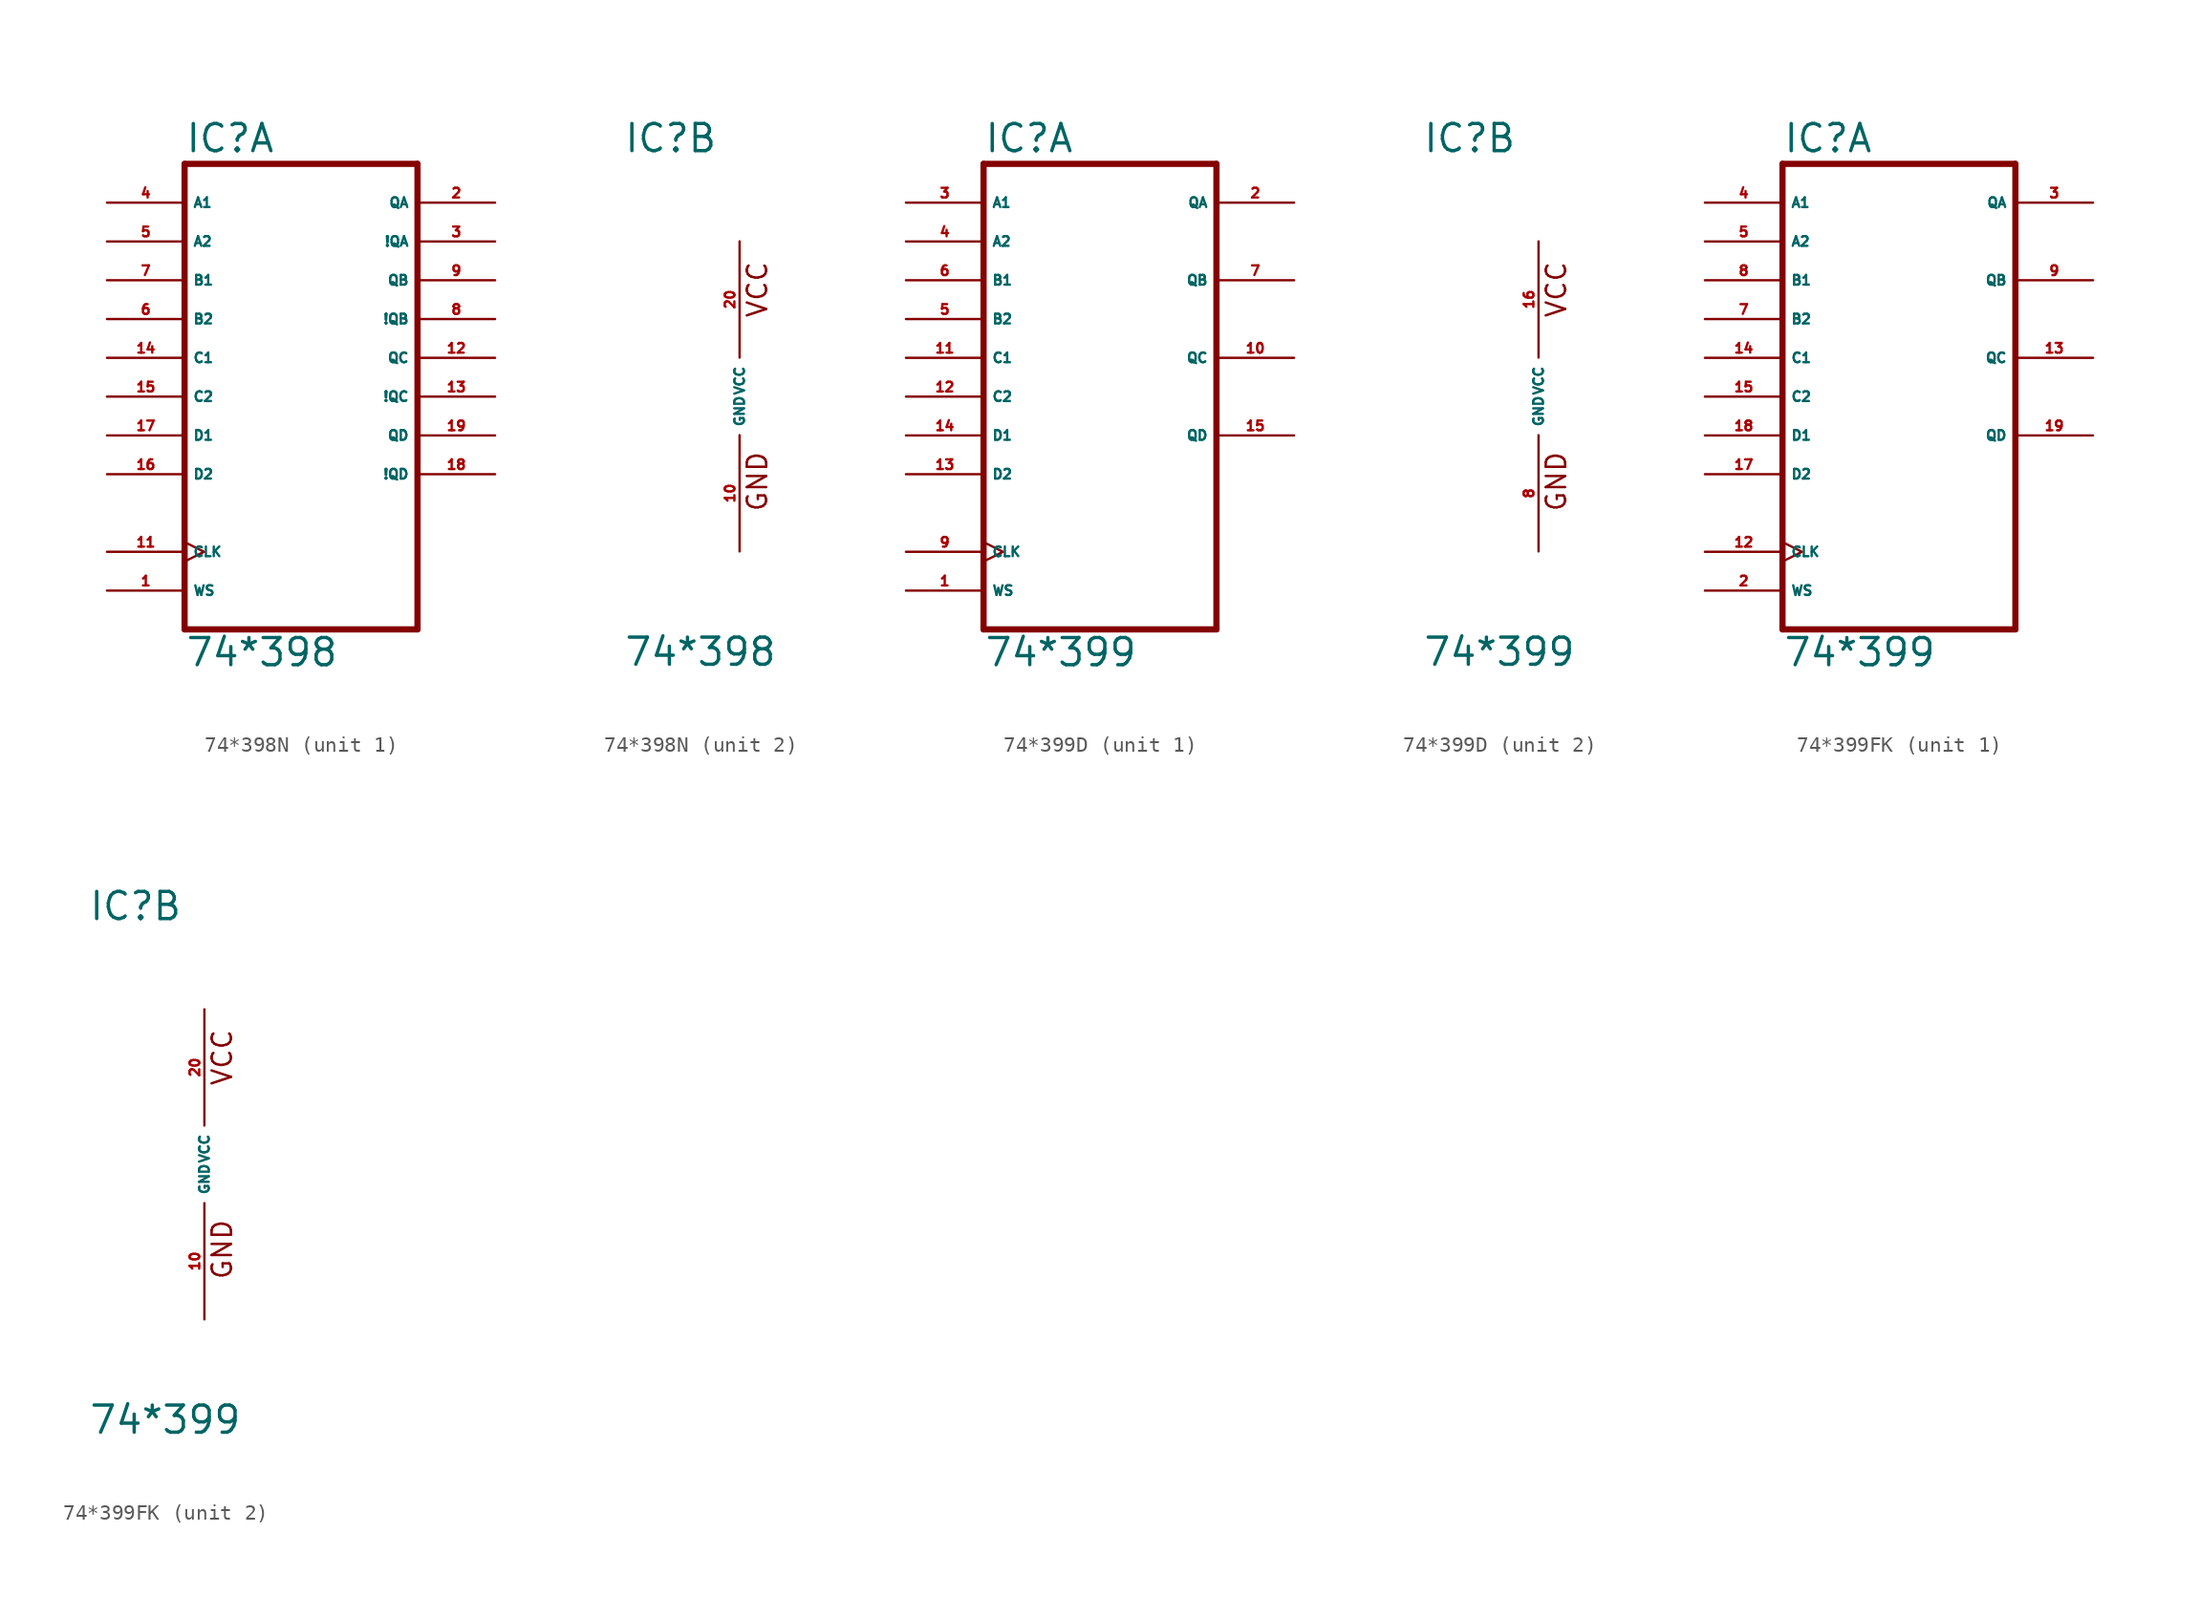
<source format=kicad_sym>
(kicad_symbol_lib
  (version 20220914)
  (generator Eagle2Kicad)
  (symbol "74*398N"
    (property "Reference" "IC"
      (at -7.62 15.875 0)
      (effects (font (size 1.778 1.778) (thickness 0.22)) (justify left bottom)))
    (property "Value" "74*398"
      (at -7.62 -17.78 0)
      (effects (font (size 1.778 1.778) (thickness 0.22)) (justify left bottom)))
    (symbol "74*398N_1_0"
      (polyline (pts (xy -7.62 -15.24) (xy 7.62 -15.24)) (stroke (width 0.406) (type default)) (fill (type none)))
      (polyline (pts (xy 7.62 -15.24) (xy 7.62 15.24)) (stroke (width 0.406) (type default)) (fill (type none)))
      (polyline (pts (xy 7.62 15.24) (xy -7.62 15.24)) (stroke (width 0.406) (type default)) (fill (type none)))
      (polyline (pts (xy -7.62 15.24) (xy -7.62 -15.24)) (stroke (width 0.406) (type default)) (fill (type none)))
      (pin input line (at -12.7 -12.7 0) (length 5.08) (name "WS" (effects (font (size 0.635 0.635) (thickness 0.08)) (justify left bottom))) (number "1" (effects (font (size 0.635 0.635) (thickness 0.08)) (justify left bottom))))
      (pin output line (at 12.7 12.7 180) (length 5.08) (name "QA" (effects (font (size 0.635 0.635) (thickness 0.08)) (justify left bottom))) (number "2" (effects (font (size 0.635 0.635) (thickness 0.08)) (justify left bottom))))
      (pin output line (at 12.7 10.16 180) (length 5.08) (name "!QA" (effects (font (size 0.635 0.635) (thickness 0.08)) (justify left bottom))) (number "3" (effects (font (size 0.635 0.635) (thickness 0.08)) (justify left bottom))))
      (pin input line (at -12.7 12.7 0) (length 5.08) (name "A1" (effects (font (size 0.635 0.635) (thickness 0.08)) (justify left bottom))) (number "4" (effects (font (size 0.635 0.635) (thickness 0.08)) (justify left bottom))))
      (pin input line (at -12.7 10.16 0) (length 5.08) (name "A2" (effects (font (size 0.635 0.635) (thickness 0.08)) (justify left bottom))) (number "5" (effects (font (size 0.635 0.635) (thickness 0.08)) (justify left bottom))))
      (pin input line (at -12.7 5.08 0) (length 5.08) (name "B2" (effects (font (size 0.635 0.635) (thickness 0.08)) (justify left bottom))) (number "6" (effects (font (size 0.635 0.635) (thickness 0.08)) (justify left bottom))))
      (pin input line (at -12.7 7.62 0) (length 5.08) (name "B1" (effects (font (size 0.635 0.635) (thickness 0.08)) (justify left bottom))) (number "7" (effects (font (size 0.635 0.635) (thickness 0.08)) (justify left bottom))))
      (pin output line (at 12.7 5.08 180) (length 5.08) (name "!QB" (effects (font (size 0.635 0.635) (thickness 0.08)) (justify left bottom))) (number "8" (effects (font (size 0.635 0.635) (thickness 0.08)) (justify left bottom))))
      (pin output line (at 12.7 7.62 180) (length 5.08) (name "QB" (effects (font (size 0.635 0.635) (thickness 0.08)) (justify left bottom))) (number "9" (effects (font (size 0.635 0.635) (thickness 0.08)) (justify left bottom))))
      (pin input clock (at -12.7 -10.16 0) (length 5.08) (name "CLK" (effects (font (size 0.635 0.635) (thickness 0.08)) (justify left bottom))) (number "11" (effects (font (size 0.635 0.635) (thickness 0.08)) (justify left bottom))))
      (pin output line (at 12.7 2.54 180) (length 5.08) (name "QC" (effects (font (size 0.635 0.635) (thickness 0.08)) (justify left bottom))) (number "12" (effects (font (size 0.635 0.635) (thickness 0.08)) (justify left bottom))))
      (pin output line (at 12.7 0 180) (length 5.08) (name "!QC" (effects (font (size 0.635 0.635) (thickness 0.08)) (justify left bottom))) (number "13" (effects (font (size 0.635 0.635) (thickness 0.08)) (justify left bottom))))
      (pin input line (at -12.7 2.54 0) (length 5.08) (name "C1" (effects (font (size 0.635 0.635) (thickness 0.08)) (justify left bottom))) (number "14" (effects (font (size 0.635 0.635) (thickness 0.08)) (justify left bottom))))
      (pin input line (at -12.7 0 0) (length 5.08) (name "C2" (effects (font (size 0.635 0.635) (thickness 0.08)) (justify left bottom))) (number "15" (effects (font (size 0.635 0.635) (thickness 0.08)) (justify left bottom))))
      (pin input line (at -12.7 -5.08 0) (length 5.08) (name "D2" (effects (font (size 0.635 0.635) (thickness 0.08)) (justify left bottom))) (number "16" (effects (font (size 0.635 0.635) (thickness 0.08)) (justify left bottom))))
      (pin input line (at -12.7 -2.54 0) (length 5.08) (name "D1" (effects (font (size 0.635 0.635) (thickness 0.08)) (justify left bottom))) (number "17" (effects (font (size 0.635 0.635) (thickness 0.08)) (justify left bottom))))
      (pin output line (at 12.7 -5.08 180) (length 5.08) (name "!QD" (effects (font (size 0.635 0.635) (thickness 0.08)) (justify left bottom))) (number "18" (effects (font (size 0.635 0.635) (thickness 0.08)) (justify left bottom))))
      (pin output line (at 12.7 -2.54 180) (length 5.08) (name "QD" (effects (font (size 0.635 0.635) (thickness 0.08)) (justify left bottom))) (number "19" (effects (font (size 0.635 0.635) (thickness 0.08)) (justify left bottom)))))
    (symbol "74*398N_2_0"
      (text "GND" (at 1.905 -7.62 900) (effects (font (size 1.27 1.27) (thickness 0.16)) (justify left bottom)))
      (text "VCC" (at 1.905 5.08 900) (effects (font (size 1.27 1.27) (thickness 0.16)) (justify left bottom)))
      (pin unspecified line (at 0 -10.16 90) (length 7.62) (name "GND" (effects (font (size 0.635 0.635) (thickness 0.08)) (justify left bottom))) (number "10" (effects (font (size 0.635 0.635) (thickness 0.08)) (justify left bottom))))
      (pin unspecified line (at 0 10.16 270) (length 7.62) (name "VCC" (effects (font (size 0.635 0.635) (thickness 0.08)) (justify left bottom))) (number "20" (effects (font (size 0.635 0.635) (thickness 0.08)) (justify left bottom))))))
  (symbol "74*399D"
    (property "Reference" "IC"
      (at -7.62 15.875 0)
      (effects (font (size 1.778 1.778) (thickness 0.22)) (justify left bottom)))
    (property "Value" "74*399"
      (at -7.62 -17.78 0)
      (effects (font (size 1.778 1.778) (thickness 0.22)) (justify left bottom)))
    (symbol "74*399D_1_0"
      (polyline (pts (xy -7.62 -15.24) (xy 7.62 -15.24)) (stroke (width 0.406) (type default)) (fill (type none)))
      (polyline (pts (xy 7.62 -15.24) (xy 7.62 15.24)) (stroke (width 0.406) (type default)) (fill (type none)))
      (polyline (pts (xy 7.62 15.24) (xy -7.62 15.24)) (stroke (width 0.406) (type default)) (fill (type none)))
      (polyline (pts (xy -7.62 15.24) (xy -7.62 -15.24)) (stroke (width 0.406) (type default)) (fill (type none)))
      (pin input line (at -12.7 -12.7 0) (length 5.08) (name "WS" (effects (font (size 0.635 0.635) (thickness 0.08)) (justify left bottom))) (number "1" (effects (font (size 0.635 0.635) (thickness 0.08)) (justify left bottom))))
      (pin output line (at 12.7 12.7 180) (length 5.08) (name "QA" (effects (font (size 0.635 0.635) (thickness 0.08)) (justify left bottom))) (number "2" (effects (font (size 0.635 0.635) (thickness 0.08)) (justify left bottom))))
      (pin input line (at -12.7 12.7 0) (length 5.08) (name "A1" (effects (font (size 0.635 0.635) (thickness 0.08)) (justify left bottom))) (number "3" (effects (font (size 0.635 0.635) (thickness 0.08)) (justify left bottom))))
      (pin input line (at -12.7 10.16 0) (length 5.08) (name "A2" (effects (font (size 0.635 0.635) (thickness 0.08)) (justify left bottom))) (number "4" (effects (font (size 0.635 0.635) (thickness 0.08)) (justify left bottom))))
      (pin input line (at -12.7 5.08 0) (length 5.08) (name "B2" (effects (font (size 0.635 0.635) (thickness 0.08)) (justify left bottom))) (number "5" (effects (font (size 0.635 0.635) (thickness 0.08)) (justify left bottom))))
      (pin input line (at -12.7 7.62 0) (length 5.08) (name "B1" (effects (font (size 0.635 0.635) (thickness 0.08)) (justify left bottom))) (number "6" (effects (font (size 0.635 0.635) (thickness 0.08)) (justify left bottom))))
      (pin output line (at 12.7 7.62 180) (length 5.08) (name "QB" (effects (font (size 0.635 0.635) (thickness 0.08)) (justify left bottom))) (number "7" (effects (font (size 0.635 0.635) (thickness 0.08)) (justify left bottom))))
      (pin input clock (at -12.7 -10.16 0) (length 5.08) (name "CLK" (effects (font (size 0.635 0.635) (thickness 0.08)) (justify left bottom))) (number "9" (effects (font (size 0.635 0.635) (thickness 0.08)) (justify left bottom))))
      (pin output line (at 12.7 2.54 180) (length 5.08) (name "QC" (effects (font (size 0.635 0.635) (thickness 0.08)) (justify left bottom))) (number "10" (effects (font (size 0.635 0.635) (thickness 0.08)) (justify left bottom))))
      (pin input line (at -12.7 2.54 0) (length 5.08) (name "C1" (effects (font (size 0.635 0.635) (thickness 0.08)) (justify left bottom))) (number "11" (effects (font (size 0.635 0.635) (thickness 0.08)) (justify left bottom))))
      (pin input line (at -12.7 0 0) (length 5.08) (name "C2" (effects (font (size 0.635 0.635) (thickness 0.08)) (justify left bottom))) (number "12" (effects (font (size 0.635 0.635) (thickness 0.08)) (justify left bottom))))
      (pin input line (at -12.7 -5.08 0) (length 5.08) (name "D2" (effects (font (size 0.635 0.635) (thickness 0.08)) (justify left bottom))) (number "13" (effects (font (size 0.635 0.635) (thickness 0.08)) (justify left bottom))))
      (pin input line (at -12.7 -2.54 0) (length 5.08) (name "D1" (effects (font (size 0.635 0.635) (thickness 0.08)) (justify left bottom))) (number "14" (effects (font (size 0.635 0.635) (thickness 0.08)) (justify left bottom))))
      (pin output line (at 12.7 -2.54 180) (length 5.08) (name "QD" (effects (font (size 0.635 0.635) (thickness 0.08)) (justify left bottom))) (number "15" (effects (font (size 0.635 0.635) (thickness 0.08)) (justify left bottom)))))
    (symbol "74*399D_2_0"
      (text "GND" (at 1.905 -7.62 900) (effects (font (size 1.27 1.27) (thickness 0.16)) (justify left bottom)))
      (text "VCC" (at 1.905 5.08 900) (effects (font (size 1.27 1.27) (thickness 0.16)) (justify left bottom)))
      (pin unspecified line (at 0 -10.16 90) (length 7.62) (name "GND" (effects (font (size 0.635 0.635) (thickness 0.08)) (justify left bottom))) (number "8" (effects (font (size 0.635 0.635) (thickness 0.08)) (justify left bottom))))
      (pin unspecified line (at 0 10.16 270) (length 7.62) (name "VCC" (effects (font (size 0.635 0.635) (thickness 0.08)) (justify left bottom))) (number "16" (effects (font (size 0.635 0.635) (thickness 0.08)) (justify left bottom))))))
  (symbol "74*399FK"
    (property "Reference" "IC"
      (at -7.62 15.875 0)
      (effects (font (size 1.778 1.778) (thickness 0.22)) (justify left bottom)))
    (property "Value" "74*399"
      (at -7.62 -17.78 0)
      (effects (font (size 1.778 1.778) (thickness 0.22)) (justify left bottom)))
    (symbol "74*399FK_1_0"
      (polyline (pts (xy -7.62 -15.24) (xy 7.62 -15.24)) (stroke (width 0.406) (type default)) (fill (type none)))
      (polyline (pts (xy 7.62 -15.24) (xy 7.62 15.24)) (stroke (width 0.406) (type default)) (fill (type none)))
      (polyline (pts (xy 7.62 15.24) (xy -7.62 15.24)) (stroke (width 0.406) (type default)) (fill (type none)))
      (polyline (pts (xy -7.62 15.24) (xy -7.62 -15.24)) (stroke (width 0.406) (type default)) (fill (type none)))
      (pin input line (at -12.7 -12.7 0) (length 5.08) (name "WS" (effects (font (size 0.635 0.635) (thickness 0.08)) (justify left bottom))) (number "2" (effects (font (size 0.635 0.635) (thickness 0.08)) (justify left bottom))))
      (pin output line (at 12.7 12.7 180) (length 5.08) (name "QA" (effects (font (size 0.635 0.635) (thickness 0.08)) (justify left bottom))) (number "3" (effects (font (size 0.635 0.635) (thickness 0.08)) (justify left bottom))))
      (pin input line (at -12.7 12.7 0) (length 5.08) (name "A1" (effects (font (size 0.635 0.635) (thickness 0.08)) (justify left bottom))) (number "4" (effects (font (size 0.635 0.635) (thickness 0.08)) (justify left bottom))))
      (pin input line (at -12.7 10.16 0) (length 5.08) (name "A2" (effects (font (size 0.635 0.635) (thickness 0.08)) (justify left bottom))) (number "5" (effects (font (size 0.635 0.635) (thickness 0.08)) (justify left bottom))))
      (pin input line (at -12.7 5.08 0) (length 5.08) (name "B2" (effects (font (size 0.635 0.635) (thickness 0.08)) (justify left bottom))) (number "7" (effects (font (size 0.635 0.635) (thickness 0.08)) (justify left bottom))))
      (pin input line (at -12.7 7.62 0) (length 5.08) (name "B1" (effects (font (size 0.635 0.635) (thickness 0.08)) (justify left bottom))) (number "8" (effects (font (size 0.635 0.635) (thickness 0.08)) (justify left bottom))))
      (pin output line (at 12.7 7.62 180) (length 5.08) (name "QB" (effects (font (size 0.635 0.635) (thickness 0.08)) (justify left bottom))) (number "9" (effects (font (size 0.635 0.635) (thickness 0.08)) (justify left bottom))))
      (pin input clock (at -12.7 -10.16 0) (length 5.08) (name "CLK" (effects (font (size 0.635 0.635) (thickness 0.08)) (justify left bottom))) (number "12" (effects (font (size 0.635 0.635) (thickness 0.08)) (justify left bottom))))
      (pin output line (at 12.7 2.54 180) (length 5.08) (name "QC" (effects (font (size 0.635 0.635) (thickness 0.08)) (justify left bottom))) (number "13" (effects (font (size 0.635 0.635) (thickness 0.08)) (justify left bottom))))
      (pin input line (at -12.7 2.54 0) (length 5.08) (name "C1" (effects (font (size 0.635 0.635) (thickness 0.08)) (justify left bottom))) (number "14" (effects (font (size 0.635 0.635) (thickness 0.08)) (justify left bottom))))
      (pin input line (at -12.7 0 0) (length 5.08) (name "C2" (effects (font (size 0.635 0.635) (thickness 0.08)) (justify left bottom))) (number "15" (effects (font (size 0.635 0.635) (thickness 0.08)) (justify left bottom))))
      (pin input line (at -12.7 -5.08 0) (length 5.08) (name "D2" (effects (font (size 0.635 0.635) (thickness 0.08)) (justify left bottom))) (number "17" (effects (font (size 0.635 0.635) (thickness 0.08)) (justify left bottom))))
      (pin input line (at -12.7 -2.54 0) (length 5.08) (name "D1" (effects (font (size 0.635 0.635) (thickness 0.08)) (justify left bottom))) (number "18" (effects (font (size 0.635 0.635) (thickness 0.08)) (justify left bottom))))
      (pin output line (at 12.7 -2.54 180) (length 5.08) (name "QD" (effects (font (size 0.635 0.635) (thickness 0.08)) (justify left bottom))) (number "19" (effects (font (size 0.635 0.635) (thickness 0.08)) (justify left bottom)))))
    (symbol "74*399FK_2_0"
      (text "GND" (at 1.905 -7.62 900) (effects (font (size 1.27 1.27) (thickness 0.16)) (justify left bottom)))
      (text "VCC" (at 1.905 5.08 900) (effects (font (size 1.27 1.27) (thickness 0.16)) (justify left bottom)))
      (pin unspecified line (at 0 -10.16 90) (length 7.62) (name "GND" (effects (font (size 0.635 0.635) (thickness 0.08)) (justify left bottom))) (number "10" (effects (font (size 0.635 0.635) (thickness 0.08)) (justify left bottom))))
      (pin unspecified line (at 0 10.16 270) (length 7.62) (name "VCC" (effects (font (size 0.635 0.635) (thickness 0.08)) (justify left bottom))) (number "20" (effects (font (size 0.635 0.635) (thickness 0.08)) (justify left bottom)))))))
</source>
